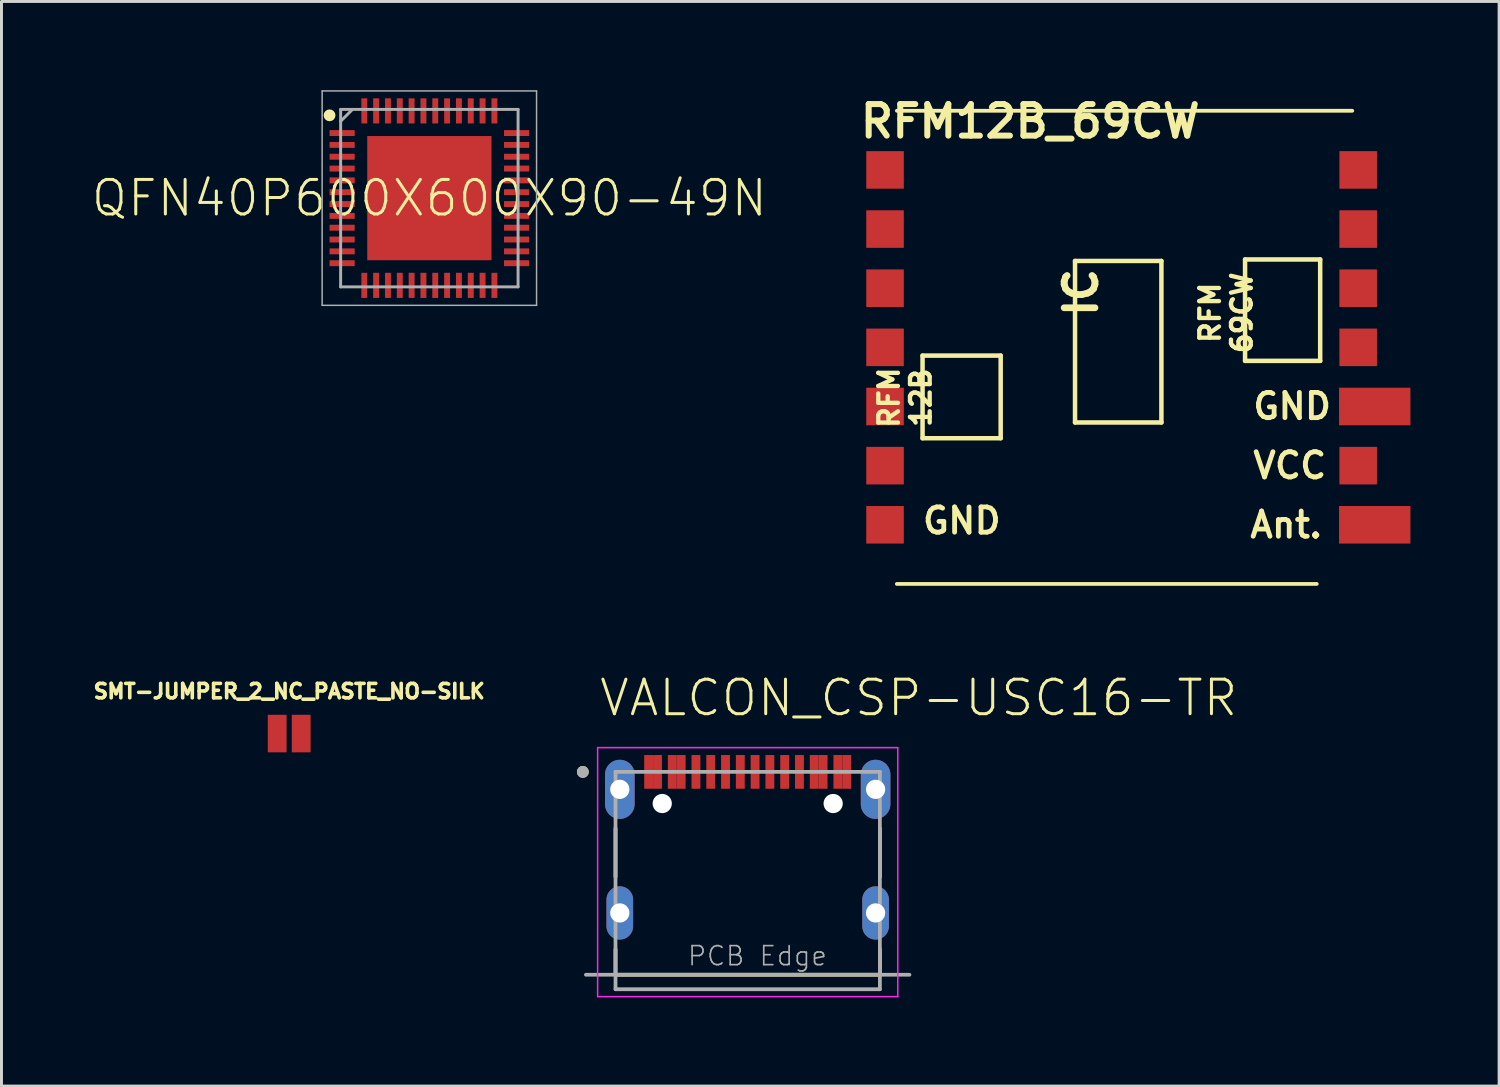
<source format=kicad_pcb>
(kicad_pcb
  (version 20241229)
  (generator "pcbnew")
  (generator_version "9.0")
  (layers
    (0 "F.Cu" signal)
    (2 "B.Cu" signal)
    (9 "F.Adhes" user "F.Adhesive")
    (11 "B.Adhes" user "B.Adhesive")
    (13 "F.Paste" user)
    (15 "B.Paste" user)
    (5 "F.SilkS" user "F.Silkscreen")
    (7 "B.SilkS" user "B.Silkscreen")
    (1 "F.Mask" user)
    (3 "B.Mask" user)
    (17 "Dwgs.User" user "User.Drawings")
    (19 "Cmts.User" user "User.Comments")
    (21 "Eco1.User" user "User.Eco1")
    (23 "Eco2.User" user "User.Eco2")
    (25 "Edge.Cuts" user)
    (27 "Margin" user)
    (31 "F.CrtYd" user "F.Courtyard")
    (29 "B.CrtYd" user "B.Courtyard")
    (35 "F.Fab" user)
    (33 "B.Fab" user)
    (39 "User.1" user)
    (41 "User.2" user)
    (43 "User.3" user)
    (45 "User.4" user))
  (footprint "VALCON_CSP-USC16-TR"
    (layer "F.Cu")
    (at 22.234 23.052)
    (property "Reference" "VALCON_CSP-USC16-TR" (at -5.075 -1.82 0) (layer "F.SilkS") (effects (font (size 1.168 1.168) (thickness 0.102)) (justify left bottom)))
    (fp_line (start -4.47 1.91) (end -4.47 3.55) (stroke (width 0.127) (type solid)) (layer "F.SilkS"))
    (fp_line (start -4.47 6.86) (end -4.47 6) (stroke (width 0.127) (type solid)) (layer "F.SilkS"))
    (fp_line (start -4.47 6.86) (end 4.47 6.86) (stroke (width 0.127) (type solid)) (layer "F.SilkS"))
    (fp_line (start 4.47 1.91) (end 4.47 3.55) (stroke (width 0.127) (type solid)) (layer "F.SilkS"))
    (fp_line (start 4.47 6.86) (end 4.47 6) (stroke (width 0.127) (type solid)) (layer "F.SilkS"))
    (fp_circle (center -5.575 0) (end -5.475 0) (stroke (width 0.2) (type solid)) (fill no) (layer "F.SilkS"))
    (fp_line (start -5.075 -0.82) (end -5.075 7.6) (stroke (width 0.05) (type solid)) (layer "F.CrtYd"))
    (fp_line (start -5.075 7.6) (end 5.075 7.6) (stroke (width 0.05) (type solid)) (layer "F.CrtYd"))
    (fp_line (start 5.075 -0.82) (end -5.075 -0.82) (stroke (width 0.05) (type solid)) (layer "F.CrtYd"))
    (fp_line (start 5.075 7.6) (end 5.075 -0.82) (stroke (width 0.05) (type solid)) (layer "F.CrtYd"))
    (fp_line (start -5.47 6.86) (end 5.47 6.86) (stroke (width 0.127) (type solid)) (layer "F.Fab"))
    (fp_line (start -4.47 0) (end -4.47 7.35) (stroke (width 0.127) (type solid)) (layer "F.Fab"))
    (fp_line (start -4.47 7.35) (end 4.47 7.35) (stroke (width 0.127) (type solid)) (layer "F.Fab"))
    (fp_line (start 4.47 0) (end -4.47 0) (stroke (width 0.127) (type solid)) (layer "F.Fab"))
    (fp_line (start 4.47 7.35) (end 4.47 0) (stroke (width 0.127) (type solid)) (layer "F.Fab"))
    (fp_circle (center -5.575 0) (end -5.475 0) (stroke (width 0.2) (type solid)) (fill no) (layer "F.Fab"))
    (fp_text user "PCB Edge" (at -2.07 6.6 0) (layer "F.Fab") (effects (font (size 0.644 0.644) (thickness 0.056)) (justify left bottom)))
    (pad "" np_thru_hole circle (at -2.89 1.07) (size 0.65 0.65) (drill 0.65) (layers "*.Cu" "*.Mask"))
    (pad "" np_thru_hole circle (at 2.89 1.07) (size 0.65 0.65) (drill 0.65) (layers "*.Cu" "*.Mask"))
    (pad "A1" smd rect (at -3.35 0) (size 0.3 1.14) (layers "F.Cu" "F.Mask" "F.Paste"))
    (pad "A4" smd rect (at -2.55 0) (size 0.3 1.14) (layers "F.Cu" "F.Mask" "F.Paste"))
    (pad "A5" smd rect (at -1.25 0) (size 0.3 1.14) (layers "F.Cu" "F.Mask" "F.Paste"))
    (pad "A6" smd rect (at -0.25 0) (size 0.3 1.14) (layers "F.Cu" "F.Mask" "F.Paste"))
    (pad "A7" smd rect (at 0.25 0) (size 0.3 1.14) (layers "F.Cu" "F.Mask" "F.Paste"))
    (pad "A8" smd rect (at 1.25 0) (size 0.3 1.14) (layers "F.Cu" "F.Mask" "F.Paste"))
    (pad "A9" smd rect (at 2.55 0) (size 0.3 1.14) (layers "F.Cu" "F.Mask" "F.Paste"))
    (pad "A12" smd rect (at 3.35 0) (size 0.3 1.14) (layers "F.Cu" "F.Mask" "F.Paste"))
    (pad "B1" smd rect (at 3.05 0) (size 0.3 1.14) (layers "F.Cu" "F.Mask" "F.Paste"))
    (pad "B4" smd rect (at 2.25 0) (size 0.3 1.14) (layers "F.Cu" "F.Mask" "F.Paste"))
    (pad "B5" smd rect (at 1.75 0) (size 0.3 1.14) (layers "F.Cu" "F.Mask" "F.Paste"))
    (pad "B6" smd rect (at 0.75 0) (size 0.3 1.14) (layers "F.Cu" "F.Mask" "F.Paste"))
    (pad "B7" smd rect (at -0.75 0) (size 0.3 1.14) (layers "F.Cu" "F.Mask" "F.Paste"))
    (pad "B8" smd rect (at -1.75 0) (size 0.3 1.14) (layers "F.Cu" "F.Mask" "F.Paste"))
    (pad "B9" smd rect (at -2.25 0) (size 0.3 1.14) (layers "F.Cu" "F.Mask" "F.Paste"))
    (pad "B12" smd rect (at -3.05 0) (size 0.3 1.14) (layers "F.Cu" "F.Mask" "F.Paste"))
    (pad "S1" thru_hole oval (at -4.325 0.59 90) (size 2 1) (drill 0.65) (layers "*.Cu" "*.Mask"))
    (pad "S2" thru_hole oval (at 4.325 0.59 90) (size 2 1) (drill 0.65) (layers "*.Cu" "*.Mask"))
    (pad "S3" thru_hole oval (at -4.325 4.77 90) (size 1.8 0.9) (drill 0.65) (layers "*.Cu" "*.Mask"))
    (pad "S4" thru_hole oval (at 4.325 4.77 90) (size 1.8 0.9) (drill 0.65) (layers "*.Cu" "*.Mask")))
  (footprint "RFM12B_69CW"
    (layer "F.Cu")
    (at 34.378 8.696)
    (property "Reference" "RFM12B_69CW" (at -8.44 -7.019 0) (layer "F.SilkS") (effects (font (size 1.067 1.067) (thickness 0.203)) (justify left bottom)))
    (fp_line (start -7.1 -8) (end 8.3 -8) (stroke (width 0.127) (type solid)) (layer "F.SilkS"))
    (fp_line (start -7.1 8) (end 7.1 8) (stroke (width 0.127) (type solid)) (layer "F.SilkS"))
    (fp_line (start -6.231 0.279) (end -6.231 3.073) (stroke (width 0.152) (type solid)) (layer "F.SilkS"))
    (fp_line (start -6.231 3.073) (end -3.589 3.073) (stroke (width 0.152) (type solid)) (layer "F.SilkS"))
    (fp_line (start -3.589 0.279) (end -6.231 0.279) (stroke (width 0.152) (type solid)) (layer "F.SilkS"))
    (fp_line (start -3.589 3.073) (end -3.589 0.279) (stroke (width 0.152) (type solid)) (layer "F.SilkS"))
    (fp_line (start -1.075 -2.921) (end -1.075 2.54) (stroke (width 0.152) (type solid)) (layer "F.SilkS"))
    (fp_line (start -1.075 2.54) (end 1.846 2.54) (stroke (width 0.152) (type solid)) (layer "F.SilkS"))
    (fp_line (start 1.846 -2.921) (end -1.075 -2.921) (stroke (width 0.152) (type solid)) (layer "F.SilkS"))
    (fp_line (start 1.846 2.54) (end 1.846 -2.921) (stroke (width 0.152) (type solid)) (layer "F.SilkS"))
    (fp_line (start 4.675 -2.972) (end 4.675 0.457) (stroke (width 0.152) (type solid)) (layer "F.SilkS"))
    (fp_line (start 4.675 0.457) (end 7.215 0.457) (stroke (width 0.152) (type solid)) (layer "F.SilkS"))
    (fp_line (start 7.215 -2.972) (end 4.675 -2.972) (stroke (width 0.152) (type solid)) (layer "F.SilkS"))
    (fp_line (start 7.215 0.457) (end 7.215 -2.972) (stroke (width 0.152) (type solid)) (layer "F.SilkS"))
    (fp_poly (pts (xy 7.836 2.632) (xy 9.043 2.632) (xy 9.043 1.361) (xy 7.836 1.361)) (stroke (width 0) (type default)) (fill yes) (layer "F.Paste"))
    (fp_poly (pts (xy 7.856 6.63) (xy 9.088 6.63) (xy 9.088 5.36) (xy 7.856 5.36)) (stroke (width 0) (type default)) (fill yes) (layer "F.Paste"))
    (fp_text user "RFM\n69CW" (at 4.954 -1.168 270) (layer "F.SilkS") (effects (font (size 0.666 0.666) (thickness 0.146)) (justify bottom)))
    (fp_text user "Ant." (at 4.76 6.5 0) (layer "F.SilkS") (effects (font (size 0.853 0.853) (thickness 0.163)) (justify left bottom)))
    (fp_text user "GND" (at -6.311 6.363 0) (layer "F.SilkS") (effects (font (size 0.853 0.853) (thickness 0.163)) (justify left bottom)))
    (fp_text user "RFM\n12B" (at -5.901 1.702 270) (layer "F.SilkS") (effects (font (size 0.666 0.666) (thickness 0.146)) (justify bottom)))
    (fp_text user "IC" (at -0.262 -0.94 270) (layer "F.SilkS") (effects (font (size 1.041 1.041) (thickness 0.229)) (justify left bottom)))
    (fp_text user "VCC" (at 4.86 4.495 0) (layer "F.SilkS") (effects (font (size 0.853 0.853) (thickness 0.163)) (justify left bottom)))
    (fp_text user "GND" (at 4.86 2.49 0) (layer "F.SilkS") (effects (font (size 0.853 0.853) (thickness 0.163)) (justify left bottom)))
    (pad "ANT" smd rect (at 9.06 6) (size 2.413 1.27) (layers "F.Cu" "F.Mask"))
    (pad "CLK" smd rect (at -7.5 2) (size 1.27 1.27) (layers "F.Cu" "F.Mask" "F.Paste"))
    (pad "FFIT" smd rect (at -7.5 0) (size 1.27 1.27) (layers "F.Cu" "F.Mask" "F.Paste"))
    (pad "FFS" smd rect (at -7.5 -2) (size 1.27 1.27) (layers "F.Cu" "F.Mask" "F.Paste"))
    (pad "GND" smd rect (at 9.06 2) (size 2.413 1.27) (layers "F.Cu" "F.Mask"))
    (pad "GND1" smd rect (at -7.5 6) (size 1.27 1.27) (layers "F.Cu" "F.Mask" "F.Paste"))
    (pad "IRQ" smd rect (at -7.5 -4) (size 1.27 1.27) (layers "F.Cu" "F.Mask" "F.Paste"))
    (pad "NINT" smd rect (at 8.5 0) (size 1.27 1.27) (layers "F.Cu" "F.Mask" "F.Paste"))
    (pad "RST" smd rect (at -7.5 4) (size 1.27 1.27) (layers "F.Cu" "F.Mask" "F.Paste"))
    (pad "SCK" smd rect (at 8.5 -4) (size 1.27 1.27) (layers "F.Cu" "F.Mask" "F.Paste"))
    (pad "SDI" smd rect (at 8.5 -2) (size 1.27 1.27) (layers "F.Cu" "F.Mask" "F.Paste"))
    (pad "SDO" smd rect (at -7.5 -6) (size 1.27 1.27) (layers "F.Cu" "F.Mask" "F.Paste"))
    (pad "SEL" smd rect (at 8.5 -6) (size 1.27 1.27) (layers "F.Cu" "F.Mask" "F.Paste"))
    (pad "VDD" smd rect (at 8.5 4) (size 1.27 1.27) (layers "F.Cu" "F.Mask" "F.Paste"))
    (zone (net_name "") (layers "F.Cu" "B.Cu") (hatch edge 0.5) (connect_pads) (min_thickness 0.25) (filled_areas_thickness no) (keepout (tracks allowed) (vias not_allowed) (pads allowed) (copperpour allowed) (footprints allowed)) (placement (enabled no)) (fill) (polygon (pts (xy 28.778 15.046) (xy 39.978 15.046) (xy 39.978 2.346) (xy 28.778 2.346)))))
  (footprint "QFN40P600X600X90-49N"
    (layer "F.Cu")
    (at 11.469 3.65)
    (property "Reference" "QFN40P600X600X90-49N" (at 0 0 0) (layer "F.SilkS") (effects (font (size 1.168 1.168) (thickness 0.102))))
    (fp_circle (center -3.375 -2.8) (end -3.275 -2.8) (stroke (width 0.2) (type solid)) (fill no) (layer "F.SilkS"))
    (fp_line (start -3.625 -3.625) (end 3.625 -3.625) (stroke (width 0.05) (type solid)) (layer "F.Fab"))
    (fp_line (start -3.625 3.625) (end -3.625 -3.625) (stroke (width 0.05) (type solid)) (layer "F.Fab"))
    (fp_line (start -3 -3) (end 3 -3) (stroke (width 0.1) (type solid)) (layer "F.Fab"))
    (fp_line (start -3 -2.6) (end -2.6 -3) (stroke (width 0.1) (type solid)) (layer "F.Fab"))
    (fp_line (start -3 3) (end -3 -3) (stroke (width 0.1) (type solid)) (layer "F.Fab"))
    (fp_line (start 3 -3) (end 3 3) (stroke (width 0.1) (type solid)) (layer "F.Fab"))
    (fp_line (start 3 3) (end -3 3) (stroke (width 0.1) (type solid)) (layer "F.Fab"))
    (fp_line (start 3.625 -3.625) (end 3.625 3.625) (stroke (width 0.05) (type solid)) (layer "F.Fab"))
    (fp_line (start 3.625 3.625) (end -3.625 3.625) (stroke (width 0.05) (type solid)) (layer "F.Fab"))
    (pad "1" smd rect (at -2.95 -2.2) (size 0.85 0.2) (layers "F.Cu" "F.Mask" "F.Paste"))
    (pad "2" smd rect (at -2.95 -1.8) (size 0.85 0.2) (layers "F.Cu" "F.Mask" "F.Paste"))
    (pad "3" smd rect (at -2.95 -1.4) (size 0.85 0.2) (layers "F.Cu" "F.Mask" "F.Paste"))
    (pad "4" smd rect (at -2.95 -1) (size 0.85 0.2) (layers "F.Cu" "F.Mask" "F.Paste"))
    (pad "5" smd rect (at -2.95 -0.6) (size 0.85 0.2) (layers "F.Cu" "F.Mask" "F.Paste"))
    (pad "6" smd rect (at -2.95 -0.2) (size 0.85 0.2) (layers "F.Cu" "F.Mask" "F.Paste"))
    (pad "7" smd rect (at -2.95 0.2) (size 0.85 0.2) (layers "F.Cu" "F.Mask" "F.Paste"))
    (pad "8" smd rect (at -2.95 0.6) (size 0.85 0.2) (layers "F.Cu" "F.Mask" "F.Paste"))
    (pad "9" smd rect (at -2.95 1) (size 0.85 0.2) (layers "F.Cu" "F.Mask" "F.Paste"))
    (pad "10" smd rect (at -2.95 1.4) (size 0.85 0.2) (layers "F.Cu" "F.Mask" "F.Paste"))
    (pad "11" smd rect (at -2.95 1.8) (size 0.85 0.2) (layers "F.Cu" "F.Mask" "F.Paste"))
    (pad "12" smd rect (at -2.95 2.2) (size 0.85 0.2) (layers "F.Cu" "F.Mask" "F.Paste"))
    (pad "13" smd rect (at -2.2 2.95 90) (size 0.85 0.2) (layers "F.Cu" "F.Mask" "F.Paste"))
    (pad "14" smd rect (at -1.8 2.95 90) (size 0.85 0.2) (layers "F.Cu" "F.Mask" "F.Paste"))
    (pad "15" smd rect (at -1.4 2.95 90) (size 0.85 0.2) (layers "F.Cu" "F.Mask" "F.Paste"))
    (pad "16" smd rect (at -1 2.95 90) (size 0.85 0.2) (layers "F.Cu" "F.Mask" "F.Paste"))
    (pad "17" smd rect (at -0.6 2.95 90) (size 0.85 0.2) (layers "F.Cu" "F.Mask" "F.Paste"))
    (pad "18" smd rect (at -0.2 2.95 90) (size 0.85 0.2) (layers "F.Cu" "F.Mask" "F.Paste"))
    (pad "19" smd rect (at 0.2 2.95 90) (size 0.85 0.2) (layers "F.Cu" "F.Mask" "F.Paste"))
    (pad "20" smd rect (at 0.6 2.95 90) (size 0.85 0.2) (layers "F.Cu" "F.Mask" "F.Paste"))
    (pad "21" smd rect (at 1 2.95 90) (size 0.85 0.2) (layers "F.Cu" "F.Mask" "F.Paste"))
    (pad "22" smd rect (at 1.4 2.95 90) (size 0.85 0.2) (layers "F.Cu" "F.Mask" "F.Paste"))
    (pad "23" smd rect (at 1.8 2.95 90) (size 0.85 0.2) (layers "F.Cu" "F.Mask" "F.Paste"))
    (pad "24" smd rect (at 2.2 2.95 90) (size 0.85 0.2) (layers "F.Cu" "F.Mask" "F.Paste"))
    (pad "25" smd rect (at 2.95 2.2) (size 0.85 0.2) (layers "F.Cu" "F.Mask" "F.Paste"))
    (pad "26" smd rect (at 2.95 1.8) (size 0.85 0.2) (layers "F.Cu" "F.Mask" "F.Paste"))
    (pad "27" smd rect (at 2.95 1.4) (size 0.85 0.2) (layers "F.Cu" "F.Mask" "F.Paste"))
    (pad "28" smd rect (at 2.95 1) (size 0.85 0.2) (layers "F.Cu" "F.Mask" "F.Paste"))
    (pad "29" smd rect (at 2.95 0.6) (size 0.85 0.2) (layers "F.Cu" "F.Mask" "F.Paste"))
    (pad "30" smd rect (at 2.95 0.2) (size 0.85 0.2) (layers "F.Cu" "F.Mask" "F.Paste"))
    (pad "31" smd rect (at 2.95 -0.2) (size 0.85 0.2) (layers "F.Cu" "F.Mask" "F.Paste"))
    (pad "32" smd rect (at 2.95 -0.6) (size 0.85 0.2) (layers "F.Cu" "F.Mask" "F.Paste"))
    (pad "33" smd rect (at 2.95 -1) (size 0.85 0.2) (layers "F.Cu" "F.Mask" "F.Paste"))
    (pad "34" smd rect (at 2.95 -1.4) (size 0.85 0.2) (layers "F.Cu" "F.Mask" "F.Paste"))
    (pad "35" smd rect (at 2.95 -1.8) (size 0.85 0.2) (layers "F.Cu" "F.Mask" "F.Paste"))
    (pad "36" smd rect (at 2.95 -2.2) (size 0.85 0.2) (layers "F.Cu" "F.Mask" "F.Paste"))
    (pad "37" smd rect (at 2.2 -2.95 90) (size 0.85 0.2) (layers "F.Cu" "F.Mask" "F.Paste"))
    (pad "38" smd rect (at 1.8 -2.95 90) (size 0.85 0.2) (layers "F.Cu" "F.Mask" "F.Paste"))
    (pad "39" smd rect (at 1.4 -2.95 90) (size 0.85 0.2) (layers "F.Cu" "F.Mask" "F.Paste"))
    (pad "40" smd rect (at 1 -2.95 90) (size 0.85 0.2) (layers "F.Cu" "F.Mask" "F.Paste"))
    (pad "41" smd rect (at 0.6 -2.95 90) (size 0.85 0.2) (layers "F.Cu" "F.Mask" "F.Paste"))
    (pad "42" smd rect (at 0.2 -2.95 90) (size 0.85 0.2) (layers "F.Cu" "F.Mask" "F.Paste"))
    (pad "43" smd rect (at -0.2 -2.95 90) (size 0.85 0.2) (layers "F.Cu" "F.Mask" "F.Paste"))
    (pad "44" smd rect (at -0.6 -2.95 90) (size 0.85 0.2) (layers "F.Cu" "F.Mask" "F.Paste"))
    (pad "45" smd rect (at -1 -2.95 90) (size 0.85 0.2) (layers "F.Cu" "F.Mask" "F.Paste"))
    (pad "46" smd rect (at -1.4 -2.95 90) (size 0.85 0.2) (layers "F.Cu" "F.Mask" "F.Paste"))
    (pad "47" smd rect (at -1.8 -2.95 90) (size 0.85 0.2) (layers "F.Cu" "F.Mask" "F.Paste"))
    (pad "48" smd rect (at -2.2 -2.95 90) (size 0.85 0.2) (layers "F.Cu" "F.Mask" "F.Paste"))
    (pad "49" smd rect (at 0 0 90) (size 4.2 4.2) (layers "F.Cu" "F.Mask" "F.Paste")))
  (footprint "SMT-JUMPER_2_NC_PASTE_NO-SILK"
    (layer "F.Cu")
    (at 6.729 21.756)
    (property "Reference" "SMT-JUMPER_2_NC_PASTE_NO-SILK" (at 0 -1.143 0) (layer "F.SilkS") (effects (font (size 0.488 0.488) (thickness 0.122)) (justify bottom)))
    (fp_poly (pts (xy -1.245 1.118) (xy 1.245 1.118) (xy 1.245 -1.118) (xy -1.245 -1.118)) (stroke (width 0) (type default)) (fill yes) (layer "F.Paste"))
    (pad "1" smd rect (at -0.406 0) (size 0.635 1.27) (layers "F.Cu" "F.Mask"))
    (pad "2" smd rect (at 0.406 0) (size 0.635 1.27) (layers "F.Cu" "F.Mask")))
  (gr_rect
    (start -3 -3)
    (end 47.644 33.677)
    (stroke (width 0.1) (type default))
    (fill no)
    (layer "Edge.Cuts")))
</source>
